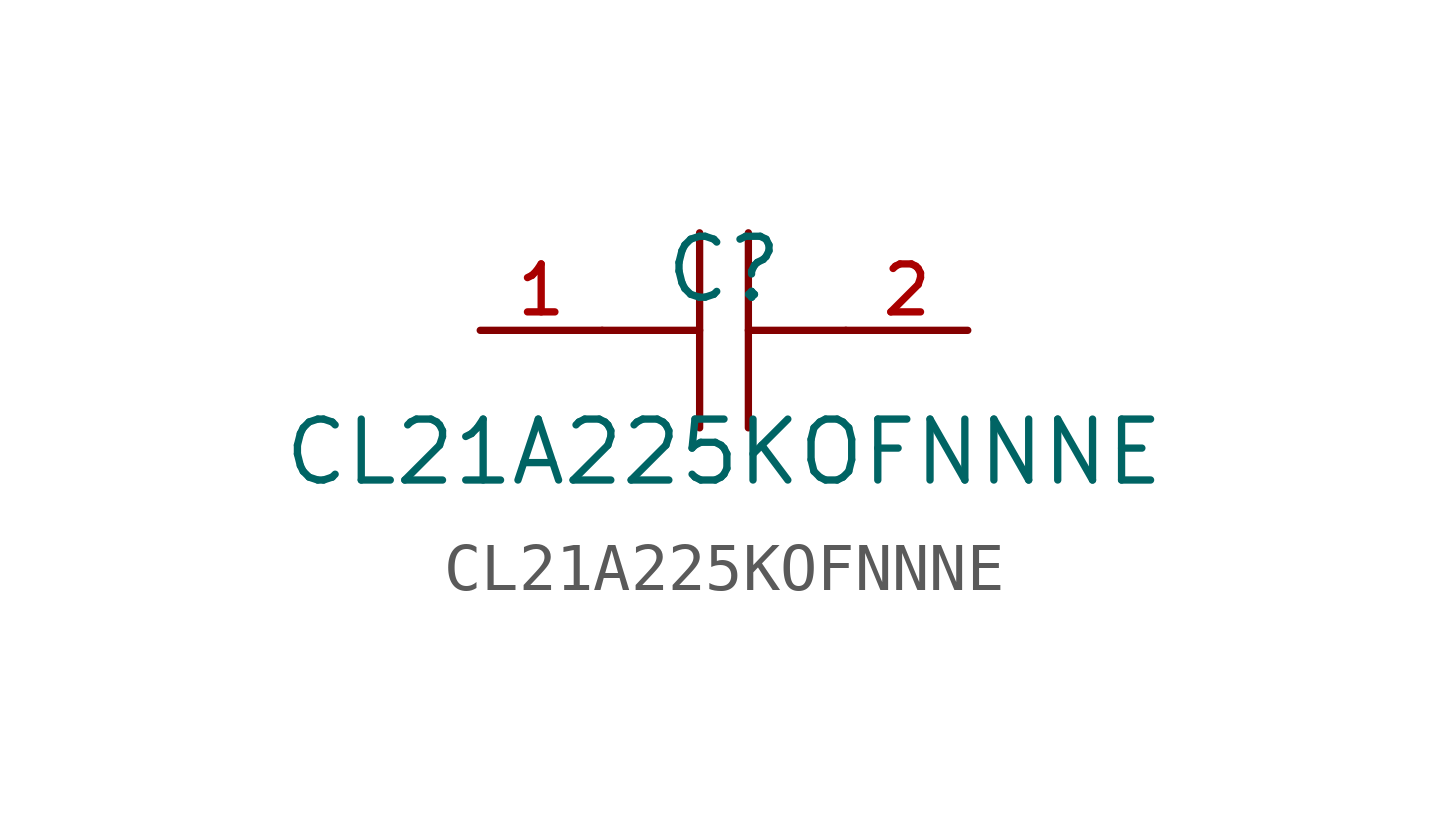
<source format=kicad_sym>
(kicad_symbol_lib
  (version 20210201)
  (generator TousstNicolas/JLC2KiCad_lib)
  (symbol "CL21A225KOFNNNE"
    (pin_names hide)
    (property "Reference" "C"
      (at 0 1.27 0)
      (effects (font (size 1.27 1.27))))
    (property "Value" "CL21A225KOFNNNE"
      (at 0 -2.54 0)
      (effects (font (size 1.27 1.27))))
    (symbol "CL21A225KOFNNNE_0_1"
      (polyline (pts (xy -0.508 -2.032) (xy -0.508 2.032)) (stroke (width 0) (type default) (color 0 0 0 0)) (fill (type none)))
      (pin unspecified line (at -5.08 -0.0 0) (length 2.54) (name "1" (effects (font (size 1 1)))) (number "1" (effects (font (size 1 1)))))
      (polyline (pts (xy 2.54 -0.0) (xy 0.508 -0.0)) (stroke (width 0) (type default) (color 0 0 0 0)) (fill (type none)))
      (polyline (pts (xy 0.508 2.032) (xy 0.508 -2.032)) (stroke (width 0) (type default) (color 0 0 0 0)) (fill (type none)))
      (pin unspecified line (at 5.08 -0.0 180) (length 2.54) (name "2" (effects (font (size 1 1)))) (number "2" (effects (font (size 1 1)))))
      (polyline (pts (xy -0.508 -0.0) (xy -2.54 -0.0)) (stroke (width 0) (type default) (color 0 0 0 0)) (fill (type none))))))
</source>
